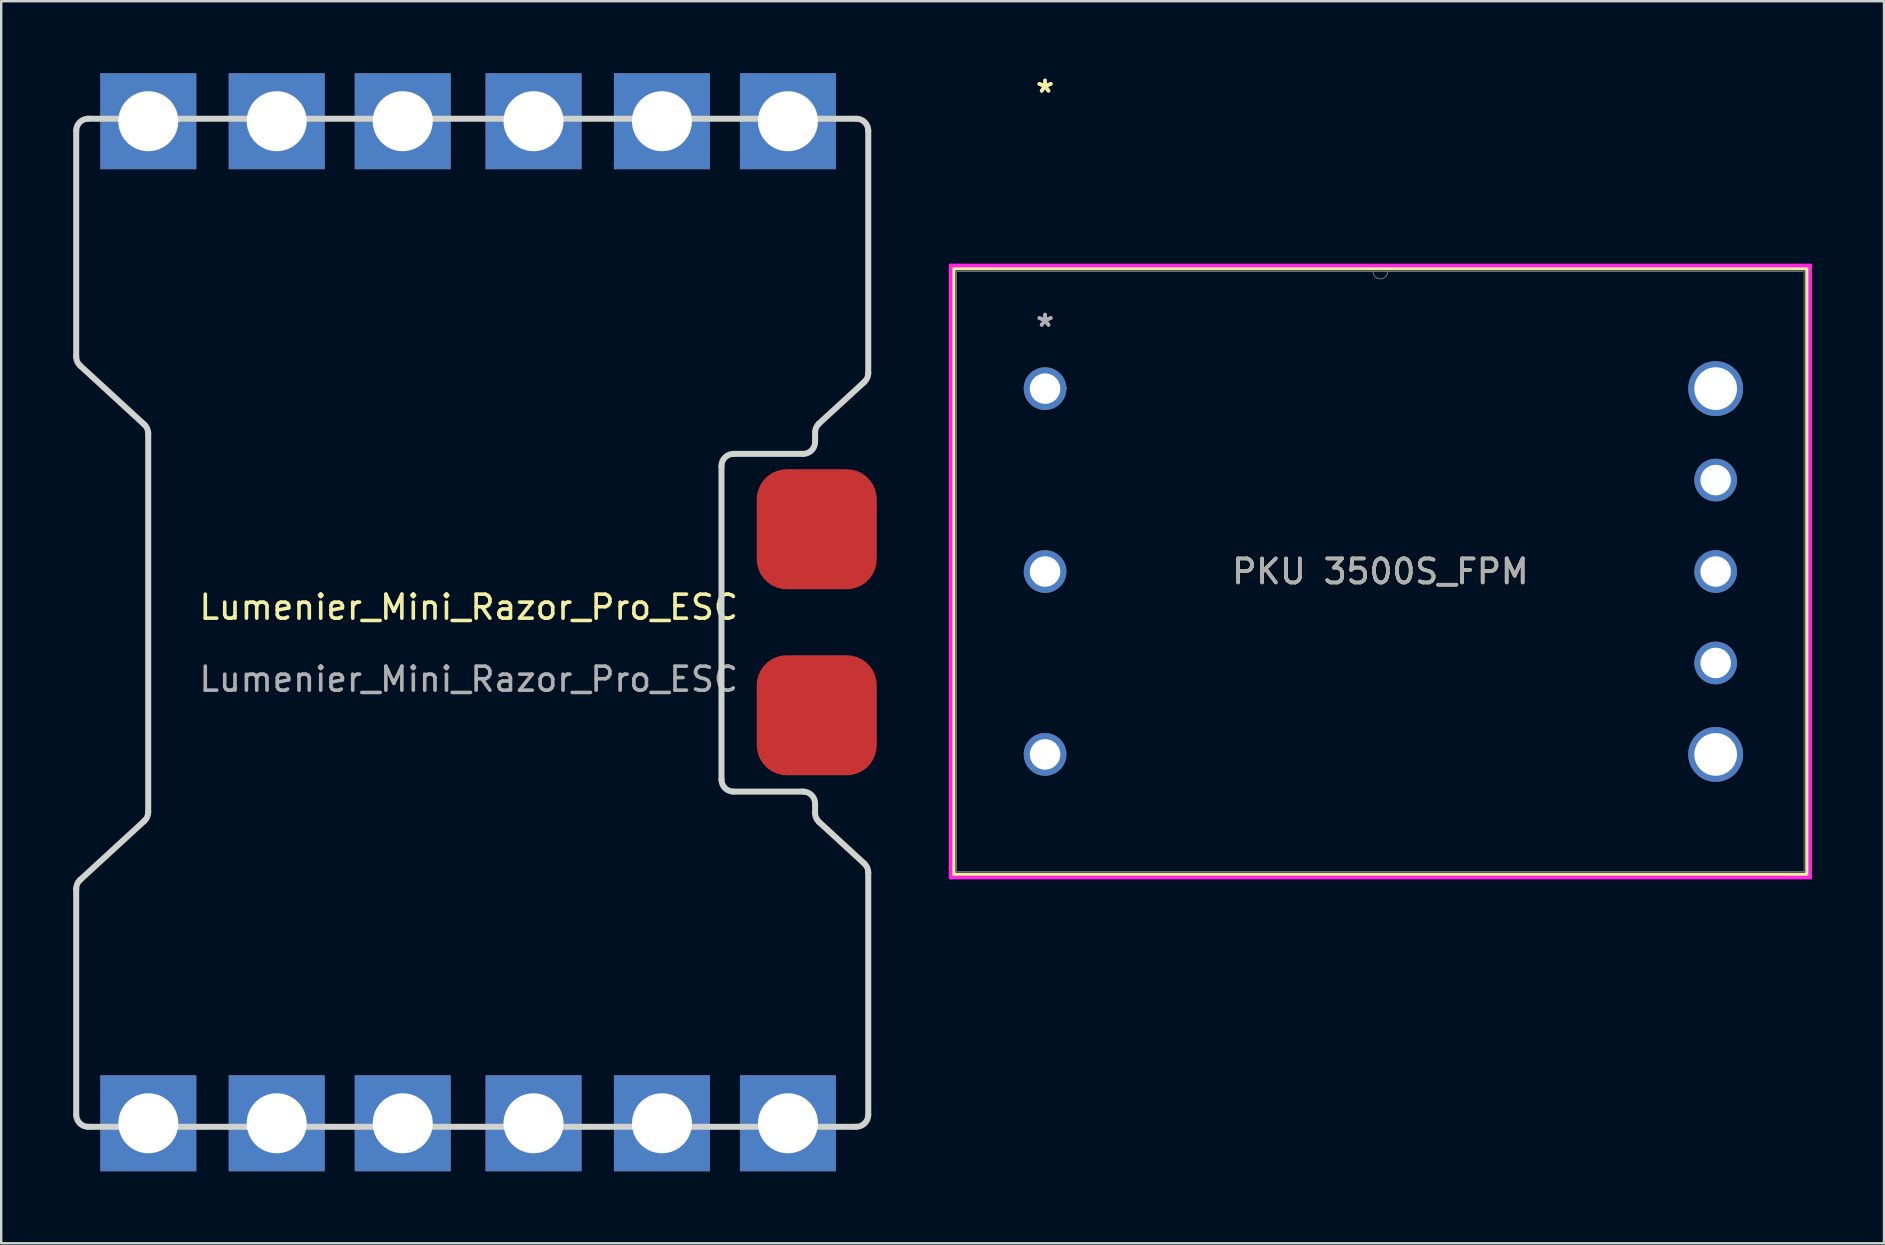
<source format=kicad_pcb>
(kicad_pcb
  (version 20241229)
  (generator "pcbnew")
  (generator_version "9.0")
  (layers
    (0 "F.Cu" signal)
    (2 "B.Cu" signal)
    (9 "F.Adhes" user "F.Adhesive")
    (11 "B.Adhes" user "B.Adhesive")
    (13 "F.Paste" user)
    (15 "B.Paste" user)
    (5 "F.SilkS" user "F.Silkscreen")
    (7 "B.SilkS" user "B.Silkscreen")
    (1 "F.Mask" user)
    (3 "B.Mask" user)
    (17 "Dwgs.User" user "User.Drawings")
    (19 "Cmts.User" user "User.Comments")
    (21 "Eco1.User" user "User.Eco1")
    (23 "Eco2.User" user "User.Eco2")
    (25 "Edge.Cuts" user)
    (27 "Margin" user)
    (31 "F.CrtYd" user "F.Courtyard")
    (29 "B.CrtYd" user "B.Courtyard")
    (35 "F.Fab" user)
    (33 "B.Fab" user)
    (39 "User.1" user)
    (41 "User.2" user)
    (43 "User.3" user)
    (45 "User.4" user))
  (footprint "PKU 3500S_FPM"
    (layer "F.Cu")
    (at 40.492 13.142)
    (property "Reference" "PKU 3500S_FPM" (at 13.97 7.62 0) (unlocked yes) (layer "F.SilkS") (effects (font (size 1 1) (thickness 0.15))))
    (attr through_hole)
    (fp_line (start -3.81 -5.004) (end -3.81 20.244) (stroke (width 0.152) (type solid)) (layer "F.SilkS"))
    (fp_line (start -3.81 20.244) (end 31.75 20.244) (stroke (width 0.152) (type solid)) (layer "F.SilkS"))
    (fp_line (start 31.75 -5.004) (end -3.81 -5.004) (stroke (width 0.152) (type solid)) (layer "F.SilkS"))
    (fp_line (start 31.75 20.244) (end 31.75 -5.004) (stroke (width 0.152) (type solid)) (layer "F.SilkS"))
    (fp_line (start -3.937 -5.131) (end 31.877 -5.131) (stroke (width 0.152) (type solid)) (layer "F.CrtYd"))
    (fp_line (start -3.937 20.371) (end -3.937 -5.131) (stroke (width 0.152) (type solid)) (layer "F.CrtYd"))
    (fp_line (start 31.877 -5.131) (end 31.877 20.371) (stroke (width 0.152) (type solid)) (layer "F.CrtYd"))
    (fp_line (start 31.877 20.371) (end -3.937 20.371) (stroke (width 0.152) (type solid)) (layer "F.CrtYd"))
    (fp_line (start -3.683 -4.877) (end -3.683 20.117) (stroke (width 0.025) (type solid)) (layer "F.Fab"))
    (fp_line (start -3.683 20.117) (end 31.623 20.117) (stroke (width 0.025) (type solid)) (layer "F.Fab"))
    (fp_line (start 31.623 -4.877) (end -3.683 -4.877) (stroke (width 0.025) (type solid)) (layer "F.Fab"))
    (fp_line (start 31.623 20.117) (end 31.623 -4.877) (stroke (width 0.025) (type solid)) (layer "F.Fab"))
    (fp_arc (start 14.2748 -4.8768) (mid 13.97 -4.572) (end 13.6652 -4.8768) (stroke (width 0.0254) (type solid)) (layer "F.Fab"))
    (fp_circle (center 0.889 0) (end 0.889 0) (stroke (width 0.025) (type solid)) (fill no) (layer "F.Fab"))
    (fp_text user "*" (at 0 -12.294 0) (unlocked yes) (layer "F.SilkS") (effects (font (size 1 1) (thickness 0.15))))
    (fp_text user "*" (at 0 -12.294 0) (layer "F.SilkS") (effects (font (size 1 1) (thickness 0.15))))
    (fp_text user "*" (at 0 -2.54 0) (unlocked yes) (layer "F.Fab") (effects (font (size 1 1) (thickness 0.15))))
    (fp_text user "*" (at 0 -2.54 0) (layer "F.Fab") (effects (font (size 1 1) (thickness 0.15))))
    (fp_text user "${REFERENCE}" (at 13.97 7.62 0) (unlocked yes) (layer "F.Fab") (effects (font (size 1 1) (thickness 0.15))))
    (pad "1" thru_hole circle (at 0 0) (size 1.778 1.778) (drill 1.27) (layers "*.Cu" "*.Mask"))
    (pad "2" thru_hole circle (at 0 7.62) (size 1.778 1.778) (drill 1.27) (layers "*.Cu" "*.Mask"))
    (pad "3" thru_hole circle (at 0 15.24) (size 1.778 1.778) (drill 1.27) (layers "*.Cu" "*.Mask"))
    (pad "4" thru_hole circle (at 27.94 15.24) (size 2.286 2.286) (drill 1.778) (layers "*.Cu" "*.Mask"))
    (pad "5" thru_hole circle (at 27.94 11.43) (size 1.778 1.778) (drill 1.27) (layers "*.Cu" "*.Mask"))
    (pad "6" thru_hole circle (at 27.94 7.62) (size 1.778 1.778) (drill 1.27) (layers "*.Cu" "*.Mask"))
    (pad "7" thru_hole circle (at 27.94 3.81) (size 1.778 1.778) (drill 1.27) (layers "*.Cu" "*.Mask"))
    (pad "8" thru_hole circle (at 27.94 0) (size 2.286 2.286) (drill 1.778) (layers "*.Cu" "*.Mask")))
  (footprint "Lumenier_Mini_Razor_Pro_ESC"
    (layer "F.Cu")
    (at 16.479 22.75)
    (property "Reference" "Lumenier_Mini_Razor_Pro_ESC" (at 0 -0.5 0) (unlocked yes) (layer "F.SilkS") (effects (font (size 1 1) (thickness 0.15))))
    (fp_line (start -16.354 -20.354) (end -16.354 -10.936) (stroke (width 0.25) (type solid)) (layer "Edge.Cuts"))
    (fp_line (start -16.354 11.229) (end -16.354 20.646) (stroke (width 0.25) (type solid)) (layer "Edge.Cuts"))
    (fp_line (start -16.192 -10.568) (end -13.515 -8.11) (stroke (width 0.25) (type solid)) (layer "Edge.Cuts"))
    (fp_line (start -15.854 21.146) (end 16.146 21.146) (stroke (width 0.25) (type solid)) (layer "Edge.Cuts"))
    (fp_line (start -13.515 8.403) (end -16.192 10.861) (stroke (width 0.25) (type solid)) (layer "Edge.Cuts"))
    (fp_line (start -13.354 -7.742) (end -13.354 8.035) (stroke (width 0.25) (type solid)) (layer "Edge.Cuts"))
    (fp_line (start 10.531 6.681) (end 10.531 -6.389) (stroke (width 0.25) (type solid)) (layer "Edge.Cuts"))
    (fp_line (start 11.031 -6.889) (end 13.931 -6.889) (stroke (width 0.25) (type solid)) (layer "Edge.Cuts"))
    (fp_line (start 13.931 7.181) (end 11.031 7.181) (stroke (width 0.25) (type solid)) (layer "Edge.Cuts"))
    (fp_line (start 14.431 -7.389) (end 14.431 -7.784) (stroke (width 0.25) (type solid)) (layer "Edge.Cuts"))
    (fp_line (start 14.431 8.077) (end 14.431 7.681) (stroke (width 0.25) (type solid)) (layer "Edge.Cuts"))
    (fp_line (start 14.593 -8.152) (end 16.485 -9.889) (stroke (width 0.25) (type solid)) (layer "Edge.Cuts"))
    (fp_line (start 16.146 -20.854) (end -15.854 -20.854) (stroke (width 0.25) (type solid)) (layer "Edge.Cuts"))
    (fp_line (start 16.485 10.182) (end 14.593 8.445) (stroke (width 0.25) (type solid)) (layer "Edge.Cuts"))
    (fp_line (start 16.646 -10.257) (end 16.646 -20.354) (stroke (width 0.25) (type solid)) (layer "Edge.Cuts"))
    (fp_line (start 16.646 20.646) (end 16.646 10.55) (stroke (width 0.25) (type solid)) (layer "Edge.Cuts"))
    (fp_arc (start -16.353553 -20.353553) (mid -16.207106 -20.707106) (end -15.853553 -20.853553) (stroke (width 0.25) (type solid)) (layer "Edge.Cuts"))
    (fp_arc (start -16.353553 11.229165) (mid -16.31132 11.028045) (end -16.191755 10.8609) (stroke (width 0.25) (type solid)) (layer "Edge.Cuts"))
    (fp_arc (start -16.191755 -10.568006) (mid -16.31132 -10.735151) (end -16.353553 -10.936271) (stroke (width 0.25) (type solid)) (layer "Edge.Cuts"))
    (fp_arc (start -15.853553 21.146447) (mid -16.207106 21) (end -16.353553 20.646447) (stroke (width 0.25) (type solid)) (layer "Edge.Cuts"))
    (fp_arc (start -13.515351 -8.110083) (mid -13.395786 -7.942939) (end -13.353553 -7.741818) (stroke (width 0.25) (type solid)) (layer "Edge.Cuts"))
    (fp_arc (start -13.353553 8.034712) (mid -13.395786 8.235833) (end -13.515351 8.402977) (stroke (width 0.25) (type solid)) (layer "Edge.Cuts"))
    (fp_arc (start 10.531447 -6.388553) (mid 10.677894 -6.742106) (end 11.031447 -6.888553) (stroke (width 0.25) (type solid)) (layer "Edge.Cuts"))
    (fp_arc (start 11.031447 7.181447) (mid 10.677894 7.035) (end 10.531447 6.681447) (stroke (width 0.25) (type solid)) (layer "Edge.Cuts"))
    (fp_arc (start 13.931447 7.181447) (mid 14.285 7.327894) (end 14.431447 7.681447) (stroke (width 0.25) (type solid)) (layer "Edge.Cuts"))
    (fp_arc (start 14.431447 -7.783878) (mid 14.473689 -7.984993) (end 14.593245 -8.152143) (stroke (width 0.25) (type solid)) (layer "Edge.Cuts"))
    (fp_arc (start 14.431447 -7.388553) (mid 14.285 -7.035) (end 13.931447 -6.888553) (stroke (width 0.25) (type solid)) (layer "Edge.Cuts"))
    (fp_arc (start 14.593245 8.445037) (mid 14.473672 8.277894) (end 14.431447 8.076772) (stroke (width 0.25) (type solid)) (layer "Edge.Cuts"))
    (fp_arc (start 16.146447 -20.853553) (mid 16.5 -20.707106) (end 16.646447 -20.353553) (stroke (width 0.25) (type solid)) (layer "Edge.Cuts"))
    (fp_arc (start 16.484649 10.182041) (mid 16.604227 10.349183) (end 16.646447 10.550306) (stroke (width 0.25) (type solid)) (layer "Edge.Cuts"))
    (fp_arc (start 16.646447 -10.257412) (mid 16.6042 -10.056301) (end 16.484649 -9.889147) (stroke (width 0.25) (type solid)) (layer "Edge.Cuts"))
    (fp_arc (start 16.646447 20.646447) (mid 16.5 21) (end 16.146447 21.146447) (stroke (width 0.25) (type solid)) (layer "Edge.Cuts"))
    (fp_text user "${REFERENCE}" (at 0 2.5 0) (unlocked yes) (layer "F.Fab") (effects (font (size 1 1) (thickness 0.15))))
    (pad "1" thru_hole rect (at -13.35 -20.75) (size 4 4) (drill 2.5) (layers "*.Cu" "*.Mask"))
    (pad "2" thru_hole rect (at -8 -20.75) (size 4 4) (drill 2.5) (layers "*.Cu" "*.Mask"))
    (pad "3" thru_hole rect (at -2.75 -20.75) (size 4 4) (drill 2.5) (layers "*.Cu" "*.Mask"))
    (pad "4" thru_hole rect (at 2.7 -20.75) (size 4 4) (drill 2.5) (layers "*.Cu" "*.Mask"))
    (pad "5" thru_hole rect (at 8.05 -20.75) (size 4 4) (drill 2.5) (layers "*.Cu" "*.Mask"))
    (pad "6" thru_hole rect (at 13.3 -20.75) (size 4 4) (drill 2.5) (layers "*.Cu" "*.Mask"))
    (pad "7" thru_hole rect (at -13.35 21) (size 4 4) (drill 2.5) (layers "*.Cu" "*.Mask"))
    (pad "8" thru_hole rect (at -8 21) (size 4 4) (drill 2.5) (layers "*.Cu" "*.Mask"))
    (pad "9" thru_hole rect (at -2.75 21) (size 4 4) (drill 2.5) (layers "*.Cu" "*.Mask"))
    (pad "10" thru_hole rect (at 2.7 21) (size 4 4) (drill 2.5) (layers "*.Cu" "*.Mask"))
    (pad "11" thru_hole rect (at 8.05 21) (size 4 4) (drill 2.5) (layers "*.Cu" "*.Mask"))
    (pad "12" thru_hole rect (at 13.3 21) (size 4 4) (drill 2.5) (layers "*.Cu" "*.Mask"))
    (pad "13" smd roundrect (at 14.5 -3.75) (size 5 5) (layers "F.Cu" "F.Mask" "F.Paste") (roundrect_rratio 0.25))
    (pad "14" smd roundrect (at 14.5 4) (size 5 5) (layers "F.Cu" "F.Mask" "F.Paste") (roundrect_rratio 0.25)))
  (gr_rect
    (start -3 -3)
    (end 75.445 48.75)
    (stroke (width 0.1) (type default))
    (fill no)
    (layer "Edge.Cuts")))
</source>
